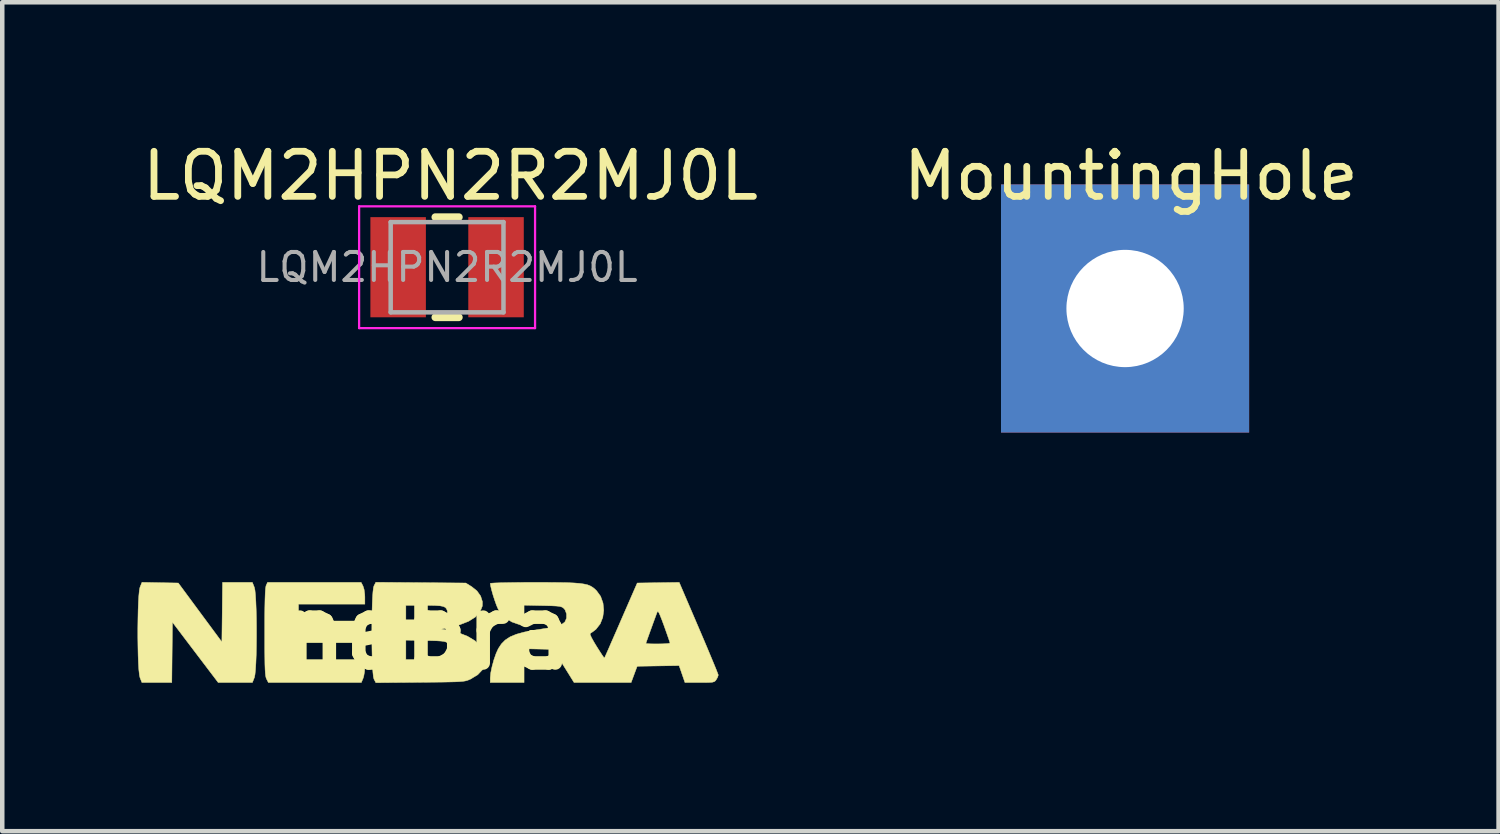
<source format=kicad_pcb>
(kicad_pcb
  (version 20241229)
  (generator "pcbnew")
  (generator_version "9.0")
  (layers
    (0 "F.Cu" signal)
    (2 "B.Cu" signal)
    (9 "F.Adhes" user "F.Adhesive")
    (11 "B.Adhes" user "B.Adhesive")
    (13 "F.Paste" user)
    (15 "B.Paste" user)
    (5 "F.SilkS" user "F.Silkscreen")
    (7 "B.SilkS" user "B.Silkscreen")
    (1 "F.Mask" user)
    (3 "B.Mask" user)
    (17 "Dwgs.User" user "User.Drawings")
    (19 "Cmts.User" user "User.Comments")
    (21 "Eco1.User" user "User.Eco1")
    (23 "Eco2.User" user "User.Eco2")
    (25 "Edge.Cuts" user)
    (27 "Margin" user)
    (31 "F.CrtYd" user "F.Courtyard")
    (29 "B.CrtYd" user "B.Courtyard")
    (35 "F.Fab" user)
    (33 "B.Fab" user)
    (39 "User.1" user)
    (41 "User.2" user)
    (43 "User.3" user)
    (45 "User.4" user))
  (footprint "LQM2HPN2R2MJ0L"
    (layer "F.Cu")
    (at 6.86 2.873)
    (property "Reference" "LQM2HPN2R2MJ0L" (at 0.075 -2.025 0) (layer "F.SilkS") (effects (font (size 1 1) (thickness 0.15))))
    (attr smd)
    (fp_line (start -0.261 -1.11) (end 0.261 -1.11) (stroke (width 0.17) (type solid)) (layer "F.SilkS"))
    (fp_line (start -0.261 1.11) (end 0.261 1.11) (stroke (width 0.17) (type solid)) (layer "F.SilkS"))
    (fp_line (start -1.95 -1.35) (end 1.95 -1.35) (stroke (width 0.05) (type solid)) (layer "F.CrtYd"))
    (fp_line (start -1.95 1.35) (end -1.95 -1.35) (stroke (width 0.05) (type solid)) (layer "F.CrtYd"))
    (fp_line (start 1.95 -1.35) (end 1.95 1.35) (stroke (width 0.05) (type solid)) (layer "F.CrtYd"))
    (fp_line (start 1.95 1.35) (end -1.95 1.35) (stroke (width 0.05) (type solid)) (layer "F.CrtYd"))
    (fp_line (start -1.25 -1) (end 1.25 -1) (stroke (width 0.1) (type solid)) (layer "F.Fab"))
    (fp_line (start -1.25 1) (end -1.25 -1) (stroke (width 0.1) (type solid)) (layer "F.Fab"))
    (fp_line (start 1.25 -1) (end 1.25 1) (stroke (width 0.1) (type solid)) (layer "F.Fab"))
    (fp_line (start 1.25 1) (end -1.25 1) (stroke (width 0.1) (type solid)) (layer "F.Fab"))
    (fp_text user "${REFERENCE}" (at 0 0 0) (layer "F.Fab") (effects (font (size 0.62 0.62) (thickness 0.09))))
    (pad "1" smd rect (at -1.085 0) (size 1.23 2.22) (layers "F.Cu" "F.Mask" "F.Paste"))
    (pad "2" smd rect (at 1.085 0) (size 1.23 2.22) (layers "F.Cu" "F.Mask" "F.Paste")))
  (footprint "nebra"
    (layer "F.Cu")
    (at 6.427 10.956)
    (property "Reference" "nebra" (at 0 0 0) (layer "F.SilkS") (effects (font (size 1.524 1.524) (thickness 0.3))))
    (attr exclude_from_pos_files exclude_from_bom)
    (fp_poly (pts (xy -1.431 -1.017) (xy -1.407 -0.942) (xy -1.393 -0.837) (xy -1.39 -0.777) (xy -1.39 -0.615) (xy -2.861 -0.615) (xy -2.861 -0.241) (xy -1.577 -0.241) (xy -1.577 0.241) (xy -2.861 0.241) (xy -2.861 0.615) (xy -1.39 0.615) (xy -1.39 0.776) (xy -1.397 0.882) (xy -1.414 0.981) (xy -1.429 1.03) (xy -1.468 1.123) (xy -3.528 1.123) (xy -3.569 1.044) (xy -3.58 1.016) (xy -3.589 0.974) (xy -3.596 0.913) (xy -3.601 0.829) (xy -3.605 0.715) (xy -3.607 0.566) (xy -3.609 0.377) (xy -3.609 0.143) (xy -3.609 0.003) (xy -3.609 -0.287) (xy -3.607 -0.526) (xy -3.603 -0.716) (xy -3.598 -0.859) (xy -3.591 -0.959) (xy -3.582 -1.016) (xy -3.578 -1.028) (xy -3.547 -1.096) (xy -1.472 -1.096) (xy -1.431 -1.017)) (stroke (width 0.01) (type solid)) (fill yes) (layer "F.SilkS"))
    (fp_poly (pts (xy -5.928 -1.09) (xy -5.525 -1.083) (xy -5.042 -0.429) (xy -4.559 0.224) (xy -4.551 -0.436) (xy -4.544 -1.096) (xy -3.883 -1.096) (xy -3.84 -0.989) (xy -3.826 -0.927) (xy -3.815 -0.819) (xy -3.806 -0.675) (xy -3.799 -0.502) (xy -3.794 -0.307) (xy -3.792 -0.101) (xy -3.792 0.11) (xy -3.794 0.318) (xy -3.798 0.513) (xy -3.805 0.689) (xy -3.814 0.836) (xy -3.825 0.946) (xy -3.838 1.012) (xy -3.84 1.015) (xy -3.883 1.123) (xy -4.64 1.123) (xy -5.148 0.454) (xy -5.655 -0.215) (xy -5.662 0.454) (xy -5.669 1.123) (xy -6.331 1.123) (xy -6.374 1.015) (xy -6.387 0.953) (xy -6.399 0.846) (xy -6.408 0.701) (xy -6.415 0.528) (xy -6.419 0.334) (xy -6.422 0.127) (xy -6.422 -0.084) (xy -6.419 -0.292) (xy -6.415 -0.487) (xy -6.408 -0.663) (xy -6.399 -0.81) (xy -6.388 -0.92) (xy -6.375 -0.986) (xy -6.374 -0.989) (xy -6.33 -1.098) (xy -5.928 -1.09)) (stroke (width 0.01) (type solid)) (fill yes) (layer "F.SilkS"))
    (fp_poly (pts (xy -0.15 -1.091) (xy 0.847 -1.083) (xy 0.978 -1.002) (xy 1.095 -0.908) (xy 1.177 -0.793) (xy 1.216 -0.669) (xy 1.214 -0.573) (xy 1.163 -0.443) (xy 1.062 -0.331) (xy 0.91 -0.235) (xy 0.708 -0.156) (xy 0.525 -0.109) (xy 0.307 -0.062) (xy 0.428 -0.041) (xy 0.674 0.016) (xy 0.883 0.096) (xy 1.051 0.197) (xy 1.174 0.316) (xy 1.233 0.413) (xy 1.279 0.567) (xy 1.274 0.709) (xy 1.218 0.838) (xy 1.112 0.95) (xy 0.957 1.044) (xy 0.949 1.048) (xy 0.913 1.064) (xy 0.877 1.077) (xy 0.835 1.088) (xy 0.782 1.096) (xy 0.711 1.102) (xy 0.618 1.107) (xy 0.495 1.11) (xy 0.338 1.113) (xy 0.141 1.115) (xy -0.103 1.117) (xy -0.166 1.118) (xy -1.146 1.126) (xy -1.188 1.046) (xy -1.201 0.994) (xy -1.211 0.897) (xy -1.22 0.762) (xy -1.226 0.615) (xy -0.481 0.615) (xy -0.039 0.615) (xy 0.125 0.615) (xy 0.243 0.613) (xy 0.326 0.609) (xy 0.381 0.602) (xy 0.418 0.589) (xy 0.446 0.571) (xy 0.469 0.549) (xy 0.525 0.462) (xy 0.529 0.37) (xy 0.483 0.283) (xy 0.466 0.265) (xy 0.438 0.241) (xy 0.407 0.224) (xy 0.365 0.212) (xy 0.302 0.204) (xy 0.21 0.198) (xy 0.08 0.194) (xy -0.042 0.192) (xy -0.481 0.183) (xy -0.481 0.615) (xy -1.226 0.615) (xy -1.227 0.597) (xy -1.231 0.409) (xy -1.234 0.206) (xy -1.235 -0.004) (xy -1.234 -0.213) (xy -1.231 -0.414) (xy -1.226 -0.588) (xy -0.481 -0.588) (xy -0.481 -0.267) (xy 0.344 -0.267) (xy 0.4 -0.338) (xy 0.44 -0.416) (xy 0.439 -0.465) (xy 0.421 -0.51) (xy 0.394 -0.542) (xy 0.348 -0.564) (xy 0.277 -0.578) (xy 0.172 -0.585) (xy 0.026 -0.588) (xy -0.072 -0.588) (xy -0.481 -0.588) (xy -1.226 -0.588) (xy -1.226 -0.599) (xy -1.219 -0.76) (xy -1.21 -0.889) (xy -1.199 -0.979) (xy -1.188 -1.019) (xy -1.147 -1.099) (xy -0.15 -1.091)) (stroke (width 0.01) (type solid)) (fill yes) (layer "F.SilkS"))
    (fp_poly (pts (xy 6.011 -0.087) (xy 6.104 0.131) (xy 6.191 0.336) (xy 6.268 0.52) (xy 6.334 0.679) (xy 6.387 0.807) (xy 6.423 0.899) (xy 6.442 0.949) (xy 6.444 0.957) (xy 6.43 1.003) (xy 6.4 1.057) (xy 6.38 1.085) (xy 6.355 1.103) (xy 6.316 1.115) (xy 6.251 1.12) (xy 6.152 1.123) (xy 6.032 1.123) (xy 5.706 1.123) (xy 5.641 0.935) (xy 5.576 0.747) (xy 4.646 0.762) (xy 4.579 0.942) (xy 4.512 1.123) (xy 3.248 1.123) (xy 3.019 0.755) (xy 2.789 0.388) (xy 2.139 0.373) (xy 2.139 1.123) (xy 1.39 1.123) (xy 1.39 1.02) (xy 1.401 0.908) (xy 1.43 0.768) (xy 1.471 0.618) (xy 1.52 0.478) (xy 1.568 0.372) (xy 1.637 0.267) (xy 1.722 0.181) (xy 1.83 0.11) (xy 1.967 0.053) (xy 2.141 0.005) (xy 2.359 -0.037) (xy 2.478 -0.055) (xy 2.667 -0.085) (xy 2.809 -0.113) (xy 2.913 -0.143) (xy 2.987 -0.176) (xy 3.037 -0.214) (xy 3.047 -0.226) (xy 3.081 -0.304) (xy 3.081 -0.399) (xy 3.049 -0.486) (xy 3.026 -0.515) (xy 3 -0.538) (xy 2.968 -0.554) (xy 2.922 -0.566) (xy 2.853 -0.573) (xy 2.751 -0.578) (xy 2.607 -0.582) (xy 2.553 -0.583) (xy 2.139 -0.592) (xy 2.139 -0.133) (xy 2.065 -0.151) (xy 1.867 -0.221) (xy 1.71 -0.322) (xy 1.594 -0.456) (xy 1.562 -0.512) (xy 1.529 -0.588) (xy 1.492 -0.692) (xy 1.454 -0.808) (xy 1.422 -0.921) (xy 1.399 -1.015) (xy 1.39 -1.074) (xy 1.416 -1.079) (xy 1.489 -1.084) (xy 1.604 -1.088) (xy 1.755 -1.091) (xy 1.936 -1.094) (xy 2.14 -1.096) (xy 2.363 -1.096) (xy 2.375 -1.096) (xy 2.66 -1.096) (xy 2.896 -1.094) (xy 3.091 -1.091) (xy 3.248 -1.084) (xy 3.373 -1.074) (xy 3.471 -1.06) (xy 3.549 -1.042) (xy 3.61 -1.017) (xy 3.662 -0.986) (xy 3.708 -0.949) (xy 3.746 -0.912) (xy 3.836 -0.788) (xy 3.889 -0.639) (xy 3.905 -0.48) (xy 3.884 -0.322) (xy 3.827 -0.178) (xy 3.734 -0.059) (xy 3.721 -0.048) (xy 3.66 -0.001) (xy 3.613 0.029) (xy 3.606 0.032) (xy 3.604 0.059) (xy 3.633 0.126) (xy 3.69 0.228) (xy 3.743 0.316) (xy 3.809 0.42) (xy 3.864 0.505) (xy 3.903 0.561) (xy 3.92 0.581) (xy 3.92 0.581) (xy 3.932 0.556) (xy 3.963 0.487) (xy 4.01 0.381) (xy 4.064 0.256) (xy 4.839 0.256) (xy 4.864 0.261) (xy 4.931 0.265) (xy 5.029 0.267) (xy 5.107 0.267) (xy 5.219 0.265) (xy 5.308 0.26) (xy 5.363 0.253) (xy 5.374 0.246) (xy 5.365 0.215) (xy 5.341 0.143) (xy 5.305 0.04) (xy 5.261 -0.084) (xy 5.243 -0.135) (xy 5.191 -0.275) (xy 5.153 -0.37) (xy 5.127 -0.427) (xy 5.109 -0.45) (xy 5.095 -0.447) (xy 5.086 -0.428) (xy 5.053 -0.34) (xy 5.013 -0.231) (xy 4.97 -0.112) (xy 4.927 0.006) (xy 4.889 0.112) (xy 4.859 0.196) (xy 4.842 0.246) (xy 4.839 0.256) (xy 4.064 0.256) (xy 4.07 0.242) (xy 4.142 0.078) (xy 4.223 -0.107) (xy 4.287 -0.255) (xy 4.648 -1.083) (xy 5.113 -1.09) (xy 5.578 -1.097) (xy 6.011 -0.087)) (stroke (width 0.01) (type solid)) (fill yes) (layer "F.SilkS")))
  (footprint "MountingHole"
    (layer "F.Cu")
    (at 21.888 3.788)
    (property "Reference" "MountingHole" (at 0.13 -2.94 0) (layer "F.SilkS") (effects (font (size 1 1) (thickness 0.15))))
    (attr exclude_from_pos_files exclude_from_bom)
    (pad "1" thru_hole rect (at 0 0) (size 5.5 5.5) (drill 2.6) (layers "*.Cu" "*.Mask")))
  (gr_rect
    (start -3 -3)
    (end 30.167 15.374)
    (stroke (width 0.1) (type default))
    (fill no)
    (layer "Edge.Cuts")))
</source>
